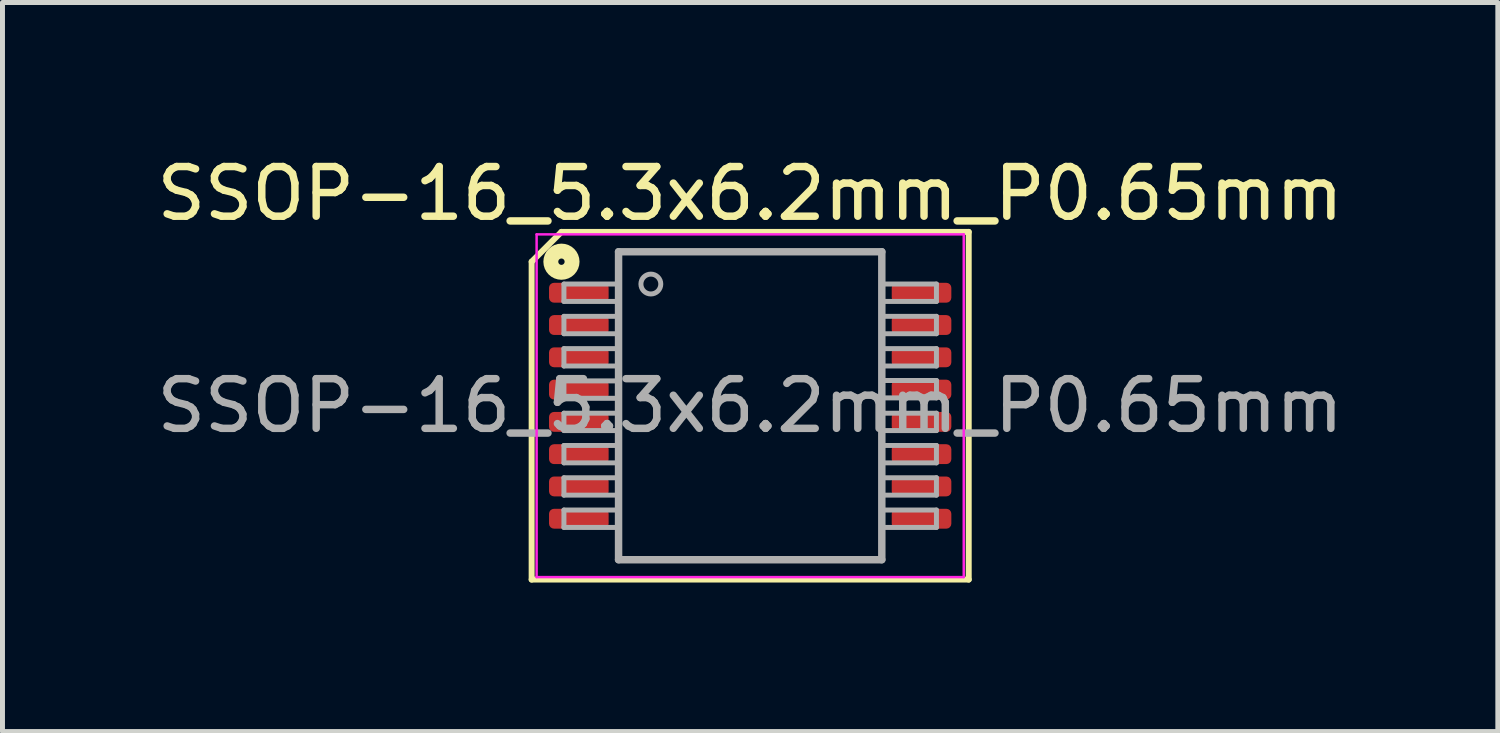
<source format=kicad_pcb>
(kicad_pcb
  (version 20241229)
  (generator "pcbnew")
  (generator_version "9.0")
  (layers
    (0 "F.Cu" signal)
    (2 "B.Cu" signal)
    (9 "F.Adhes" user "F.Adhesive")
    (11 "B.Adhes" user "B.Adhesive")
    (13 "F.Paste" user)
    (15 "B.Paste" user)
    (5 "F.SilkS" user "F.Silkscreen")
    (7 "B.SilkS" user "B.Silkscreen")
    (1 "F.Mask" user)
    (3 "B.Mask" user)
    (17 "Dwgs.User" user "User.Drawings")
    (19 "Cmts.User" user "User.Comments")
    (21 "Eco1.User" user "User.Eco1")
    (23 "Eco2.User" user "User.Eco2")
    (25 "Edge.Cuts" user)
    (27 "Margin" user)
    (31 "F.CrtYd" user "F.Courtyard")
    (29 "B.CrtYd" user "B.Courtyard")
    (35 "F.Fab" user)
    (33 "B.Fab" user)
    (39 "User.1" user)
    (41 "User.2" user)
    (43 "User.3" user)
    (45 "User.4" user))
  (footprint "SSOP-16_5.3x6.2mm_P0.65mm"
    (layer "F.Cu")
    (at 12.054 5.119)
    (property "Reference" "SSOP-16_5.3x6.2mm_P0.65mm" (at 0 -4.271 0) (layer "F.SilkS") (effects (font (size 1 1) (thickness 0.15))))
    (attr smd)
    (fp_line (start -4.4 -2.9) (end -4.4 3.5) (stroke (width 0.12) (type solid)) (layer "F.SilkS"))
    (fp_line (start -4.4 -2.9) (end -3.8 -3.5) (stroke (width 0.12) (type solid)) (layer "F.SilkS"))
    (fp_line (start -4.4 3.5) (end 4.4 3.5) (stroke (width 0.12) (type solid)) (layer "F.SilkS"))
    (fp_line (start 4.4 -3.5) (end -3.8 -3.5) (stroke (width 0.12) (type solid)) (layer "F.SilkS"))
    (fp_line (start 4.4 3.5) (end 4.4 -3.5) (stroke (width 0.12) (type solid)) (layer "F.SilkS"))
    (fp_circle (center -3.8 -2.9) (end -3.736 -2.9) (stroke (width 0.3) (type solid)) (fill no) (layer "F.SilkS"))
    (fp_line (start -4.3 -3.45) (end -4.3 3.45) (stroke (width 0.05) (type solid)) (layer "F.CrtYd"))
    (fp_line (start -4.3 -3.45) (end 4.3 -3.45) (stroke (width 0.05) (type solid)) (layer "F.CrtYd"))
    (fp_line (start -4.3 3.45) (end 4.3 3.45) (stroke (width 0.05) (type solid)) (layer "F.CrtYd"))
    (fp_line (start 4.3 -3.45) (end 4.3 3.45) (stroke (width 0.05) (type solid)) (layer "F.CrtYd"))
    (fp_line (start -3.75 -2.45) (end -3.75 -2.1) (stroke (width 0.1) (type solid)) (layer "F.Fab"))
    (fp_line (start -3.75 -2.45) (end -2.65 -2.45) (stroke (width 0.1) (type solid)) (layer "F.Fab"))
    (fp_line (start -3.75 -2.1) (end -2.65 -2.1) (stroke (width 0.1) (type solid)) (layer "F.Fab"))
    (fp_line (start -3.75 -1.8) (end -3.75 -1.45) (stroke (width 0.1) (type solid)) (layer "F.Fab"))
    (fp_line (start -3.75 -1.8) (end -2.65 -1.8) (stroke (width 0.1) (type solid)) (layer "F.Fab"))
    (fp_line (start -3.75 -1.45) (end -2.65 -1.45) (stroke (width 0.1) (type solid)) (layer "F.Fab"))
    (fp_line (start -3.75 -1.15) (end -3.75 -0.8) (stroke (width 0.1) (type solid)) (layer "F.Fab"))
    (fp_line (start -3.75 -1.15) (end -2.65 -1.15) (stroke (width 0.1) (type solid)) (layer "F.Fab"))
    (fp_line (start -3.75 -0.8) (end -2.65 -0.8) (stroke (width 0.1) (type solid)) (layer "F.Fab"))
    (fp_line (start -3.75 -0.5) (end -3.75 -0.15) (stroke (width 0.1) (type solid)) (layer "F.Fab"))
    (fp_line (start -3.75 -0.5) (end -2.65 -0.5) (stroke (width 0.1) (type solid)) (layer "F.Fab"))
    (fp_line (start -3.75 -0.15) (end -2.65 -0.15) (stroke (width 0.1) (type solid)) (layer "F.Fab"))
    (fp_line (start -3.75 0.15) (end -3.75 0.5) (stroke (width 0.1) (type solid)) (layer "F.Fab"))
    (fp_line (start -3.75 0.15) (end -2.65 0.15) (stroke (width 0.1) (type solid)) (layer "F.Fab"))
    (fp_line (start -3.75 0.5) (end -2.65 0.5) (stroke (width 0.1) (type solid)) (layer "F.Fab"))
    (fp_line (start -3.75 0.8) (end -3.75 1.15) (stroke (width 0.1) (type solid)) (layer "F.Fab"))
    (fp_line (start -3.75 0.8) (end -2.65 0.8) (stroke (width 0.1) (type solid)) (layer "F.Fab"))
    (fp_line (start -3.75 1.15) (end -2.65 1.15) (stroke (width 0.1) (type solid)) (layer "F.Fab"))
    (fp_line (start -3.75 1.45) (end -3.75 1.8) (stroke (width 0.1) (type solid)) (layer "F.Fab"))
    (fp_line (start -3.75 1.45) (end -2.65 1.45) (stroke (width 0.1) (type solid)) (layer "F.Fab"))
    (fp_line (start -3.75 1.8) (end -2.65 1.8) (stroke (width 0.1) (type solid)) (layer "F.Fab"))
    (fp_line (start -3.75 2.1) (end -3.75 2.45) (stroke (width 0.1) (type solid)) (layer "F.Fab"))
    (fp_line (start -3.75 2.1) (end -2.65 2.1) (stroke (width 0.1) (type solid)) (layer "F.Fab"))
    (fp_line (start -3.75 2.45) (end -2.65 2.45) (stroke (width 0.1) (type solid)) (layer "F.Fab"))
    (fp_line (start -2.65 -3.1) (end 2.65 -3.1) (stroke (width 0.15) (type solid)) (layer "F.Fab"))
    (fp_line (start -2.65 3.1) (end -2.65 -3.1) (stroke (width 0.15) (type solid)) (layer "F.Fab"))
    (fp_line (start 2.65 -3.1) (end 2.65 3.1) (stroke (width 0.15) (type solid)) (layer "F.Fab"))
    (fp_line (start 2.65 3.1) (end -2.65 3.1) (stroke (width 0.15) (type solid)) (layer "F.Fab"))
    (fp_line (start 3.75 -2.45) (end 2.65 -2.45) (stroke (width 0.1) (type solid)) (layer "F.Fab"))
    (fp_line (start 3.75 -2.1) (end 2.65 -2.1) (stroke (width 0.1) (type solid)) (layer "F.Fab"))
    (fp_line (start 3.75 -2.1) (end 3.75 -2.45) (stroke (width 0.1) (type solid)) (layer "F.Fab"))
    (fp_line (start 3.75 -1.8) (end 2.65 -1.8) (stroke (width 0.1) (type solid)) (layer "F.Fab"))
    (fp_line (start 3.75 -1.45) (end 2.65 -1.45) (stroke (width 0.1) (type solid)) (layer "F.Fab"))
    (fp_line (start 3.75 -1.45) (end 3.75 -1.8) (stroke (width 0.1) (type solid)) (layer "F.Fab"))
    (fp_line (start 3.75 -1.15) (end 2.65 -1.15) (stroke (width 0.1) (type solid)) (layer "F.Fab"))
    (fp_line (start 3.75 -0.8) (end 2.65 -0.8) (stroke (width 0.1) (type solid)) (layer "F.Fab"))
    (fp_line (start 3.75 -0.8) (end 3.75 -1.15) (stroke (width 0.1) (type solid)) (layer "F.Fab"))
    (fp_line (start 3.75 0.15) (end 2.65 0.15) (stroke (width 0.1) (type solid)) (layer "F.Fab"))
    (fp_line (start 3.75 0.5) (end 2.65 0.5) (stroke (width 0.1) (type solid)) (layer "F.Fab"))
    (fp_line (start 3.75 0.5) (end 3.75 0.15) (stroke (width 0.1) (type solid)) (layer "F.Fab"))
    (fp_line (start 3.75 0.8) (end 2.65 0.8) (stroke (width 0.1) (type solid)) (layer "F.Fab"))
    (fp_line (start 3.75 1.15) (end 2.65 1.15) (stroke (width 0.1) (type solid)) (layer "F.Fab"))
    (fp_line (start 3.75 1.15) (end 3.75 0.8) (stroke (width 0.1) (type solid)) (layer "F.Fab"))
    (fp_line (start 3.75 1.45) (end 2.65 1.45) (stroke (width 0.1) (type solid)) (layer "F.Fab"))
    (fp_line (start 3.75 1.8) (end 2.65 1.8) (stroke (width 0.1) (type solid)) (layer "F.Fab"))
    (fp_line (start 3.75 1.8) (end 3.75 1.45) (stroke (width 0.1) (type solid)) (layer "F.Fab"))
    (fp_line (start 3.75 2.1) (end 2.65 2.1) (stroke (width 0.1) (type solid)) (layer "F.Fab"))
    (fp_line (start 3.75 2.45) (end 2.65 2.45) (stroke (width 0.1) (type solid)) (layer "F.Fab"))
    (fp_line (start 3.75 2.45) (end 3.75 2.1) (stroke (width 0.1) (type solid)) (layer "F.Fab"))
    (fp_line (start 3.751 -0.508) (end 2.651 -0.508) (stroke (width 0.1) (type solid)) (layer "F.Fab"))
    (fp_line (start 3.751 -0.158) (end 2.651 -0.158) (stroke (width 0.1) (type solid)) (layer "F.Fab"))
    (fp_line (start 3.751 -0.158) (end 3.751 -0.508) (stroke (width 0.1) (type solid)) (layer "F.Fab"))
    (fp_circle (center -2 -2.45) (end -1.8 -2.45) (stroke (width 0.1) (type solid)) (fill no) (layer "F.Fab"))
    (fp_text user "${REFERENCE}" (at 0 0 0) (layer "F.Fab") (effects (font (size 1 1) (thickness 0.15))))
    (pad "1" smd roundrect (at -3.45 -2.275) (size 1.2 0.4) (layers "F.Cu" "F.Mask" "F.Paste") (roundrect_rratio 0.25))
    (pad "2" smd roundrect (at -3.45 -1.625) (size 1.2 0.4) (layers "F.Cu" "F.Mask" "F.Paste") (roundrect_rratio 0.25))
    (pad "3" smd roundrect (at -3.45 -0.975) (size 1.2 0.4) (layers "F.Cu" "F.Mask" "F.Paste") (roundrect_rratio 0.25))
    (pad "4" smd roundrect (at -3.45 -0.325) (size 1.2 0.4) (layers "F.Cu" "F.Mask" "F.Paste") (roundrect_rratio 0.25))
    (pad "5" smd roundrect (at -3.45 0.325) (size 1.2 0.4) (layers "F.Cu" "F.Mask" "F.Paste") (roundrect_rratio 0.25))
    (pad "6" smd roundrect (at -3.45 0.975) (size 1.2 0.4) (layers "F.Cu" "F.Mask" "F.Paste") (roundrect_rratio 0.25))
    (pad "7" smd roundrect (at -3.45 1.625) (size 1.2 0.4) (layers "F.Cu" "F.Mask" "F.Paste") (roundrect_rratio 0.25))
    (pad "8" smd roundrect (at -3.45 2.275) (size 1.2 0.4) (layers "F.Cu" "F.Mask" "F.Paste") (roundrect_rratio 0.25))
    (pad "9" smd roundrect (at 3.45 2.275) (size 1.2 0.4) (layers "F.Cu" "F.Mask" "F.Paste") (roundrect_rratio 0.25))
    (pad "10" smd roundrect (at 3.45 1.625) (size 1.2 0.4) (layers "F.Cu" "F.Mask" "F.Paste") (roundrect_rratio 0.25))
    (pad "11" smd roundrect (at 3.45 0.975) (size 1.2 0.4) (layers "F.Cu" "F.Mask" "F.Paste") (roundrect_rratio 0.25))
    (pad "12" smd roundrect (at 3.45 0.325) (size 1.2 0.4) (layers "F.Cu" "F.Mask" "F.Paste") (roundrect_rratio 0.25))
    (pad "13" smd roundrect (at 3.45 -0.325) (size 1.2 0.4) (layers "F.Cu" "F.Mask" "F.Paste") (roundrect_rratio 0.25))
    (pad "14" smd roundrect (at 3.45 -0.975) (size 1.2 0.4) (layers "F.Cu" "F.Mask" "F.Paste") (roundrect_rratio 0.25))
    (pad "15" smd roundrect (at 3.45 -1.625) (size 1.2 0.4) (layers "F.Cu" "F.Mask" "F.Paste") (roundrect_rratio 0.25))
    (pad "16" smd roundrect (at 3.45 -2.275) (size 1.2 0.4) (layers "F.Cu" "F.Mask" "F.Paste") (roundrect_rratio 0.25)))
  (gr_rect
    (start -3 -3)
    (end 27.107 11.679)
    (stroke (width 0.1) (type default))
    (fill no)
    (layer "Edge.Cuts")))
</source>
